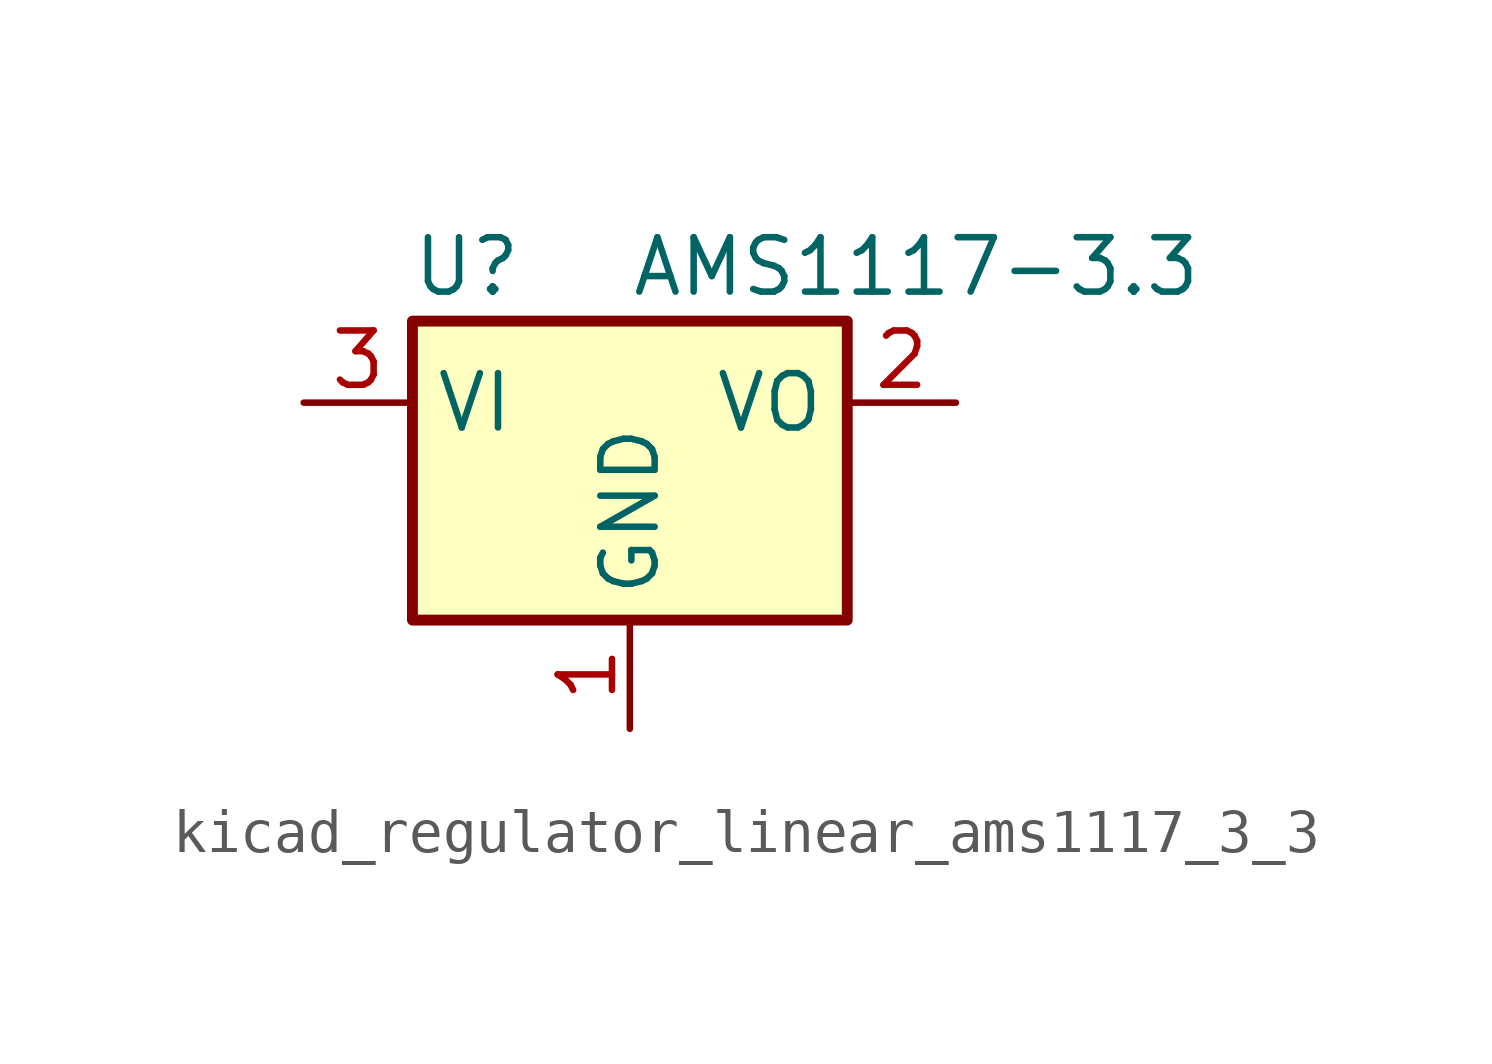
<source format=kicad_sym>
(kicad_symbol_lib
  (version 20220914)
  (generator kicad_symbol_editor)
  (symbol "kicad_regulator_linear_ams1117_3_3"
    (property "Reference" "U"
      (at -3.81 3.175 0)
      (effects (font (size 1.27 1.27))))
    (property "Value" "AMS1117-3.3"
      (at 0 3.175 0)
      (effects (font (size 1.27 1.27)) (justify left)))
    (symbol "kicad_regulator_linear_ams1117_3_3_0_1"
      (rectangle (start -5.08 -5.08) (end 5.08 1.905) (stroke (width 0.254) (type default)) (fill (type background))))
    (symbol "kicad_regulator_linear_ams1117_3_3_1_1"
      (pin power_in line (at 0 -7.62 90) (length 2.54) (name "GND" (effects (font (size 1.27 1.27)))) (number "1" (effects (font (size 1.27 1.27)))))
      (pin power_out line (at 7.62 0 180) (length 2.54) (name "VO" (effects (font (size 1.27 1.27)))) (number "2" (effects (font (size 1.27 1.27)))))
      (pin power_in line (at -7.62 0 0) (length 2.54) (name "VI" (effects (font (size 1.27 1.27)))) (number "3" (effects (font (size 1.27 1.27))))))))
</source>
